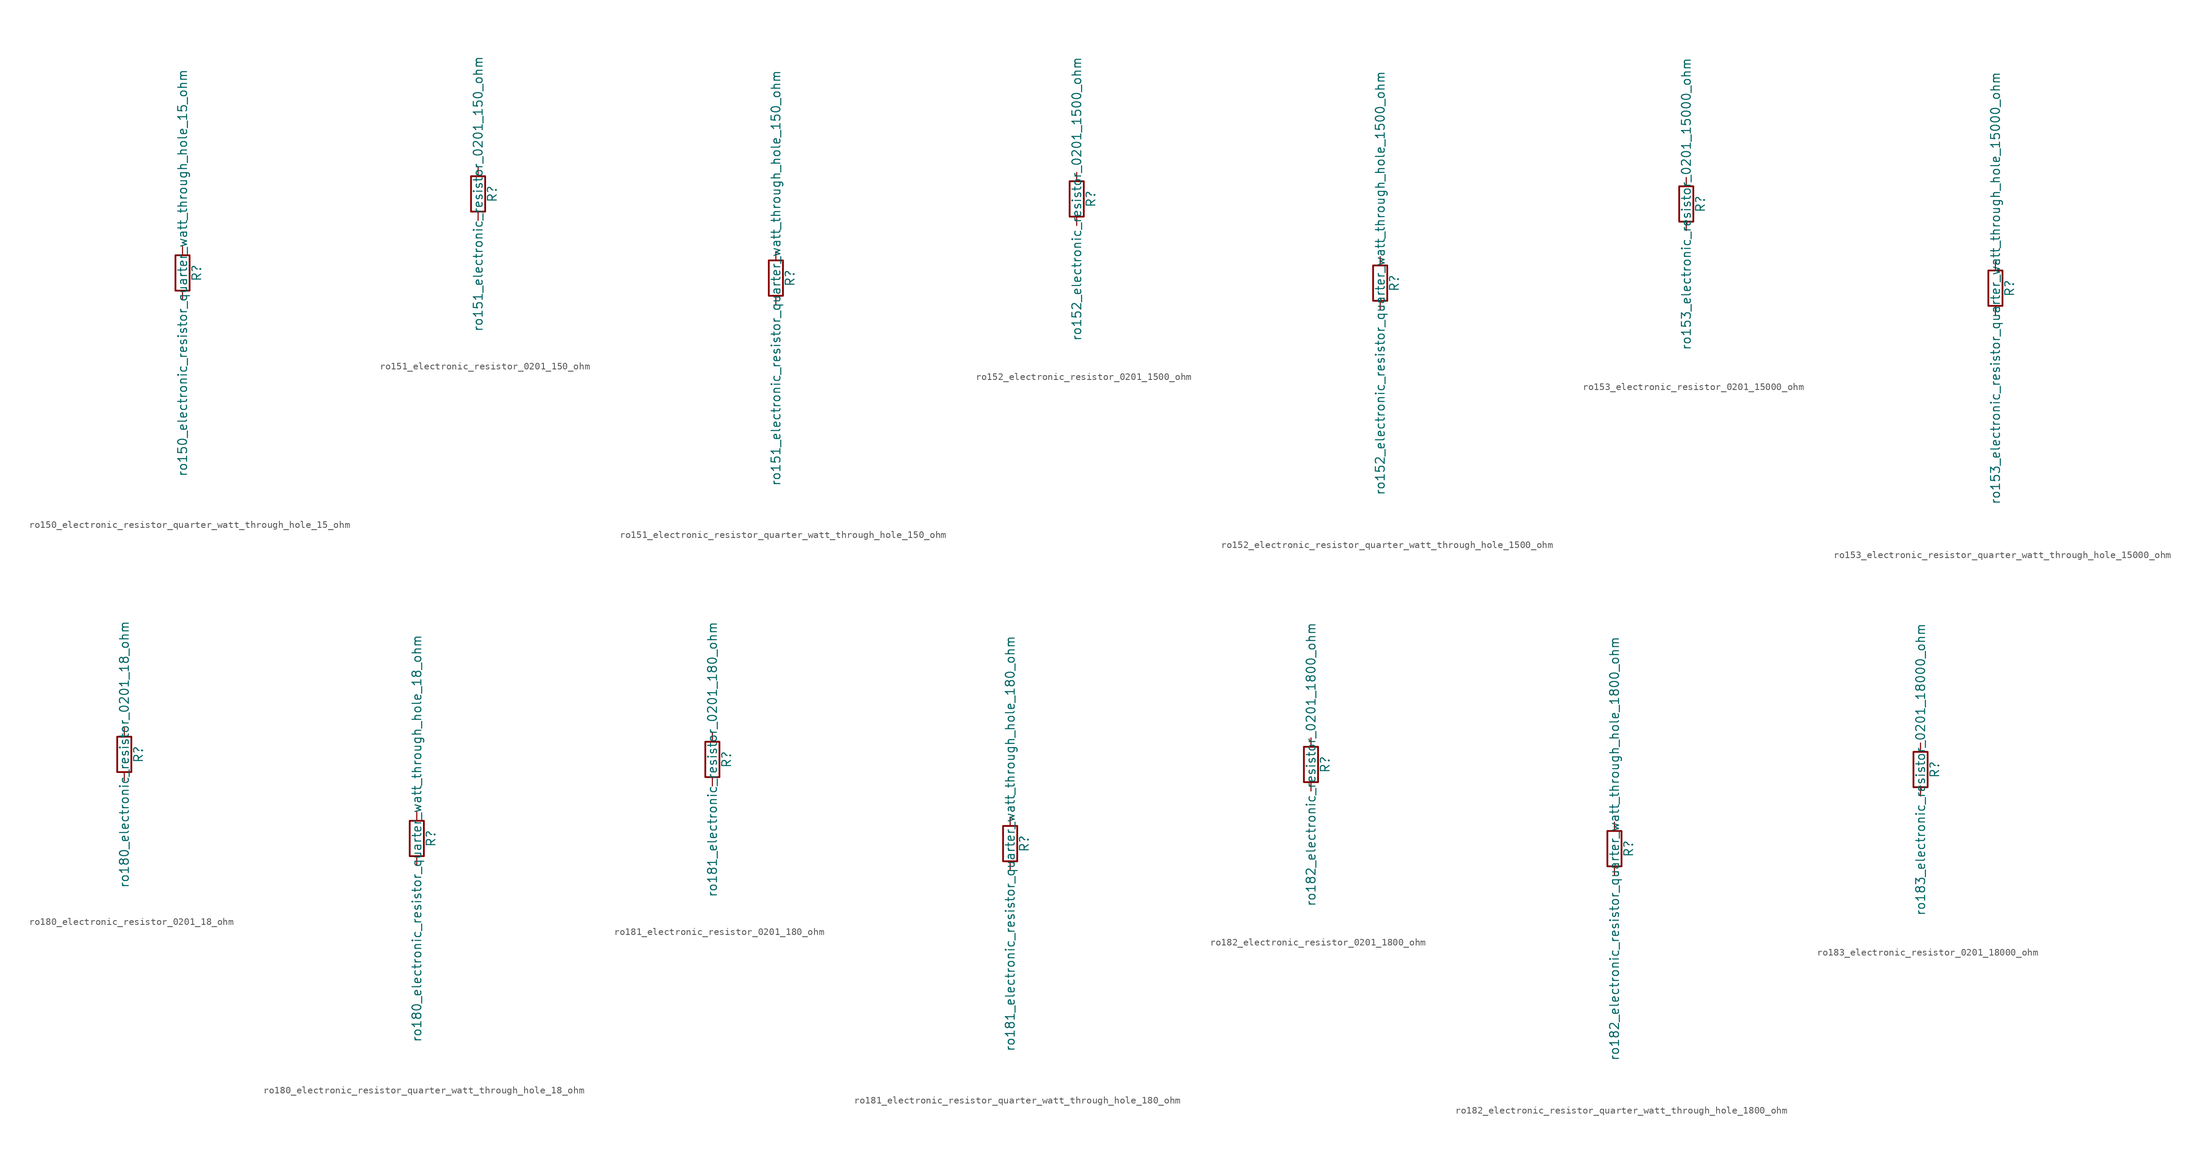
<source format=kicad_sym>
(kicad_symbol_lib
  (version 20220914)
  (generator kicad_symbol_editor)
  (symbol "ro150_electronic_resistor_quarter_watt_through_hole_15_ohm"
    (pin_numbers hide)
    (pin_names
      (offset 0))
    (property "Reference" "R"
      (at 2.032 0 90)
      (effects (font (size 1.27 1.27))))
    (property "Value" "ro150_electronic_resistor_quarter_watt_through_hole_15_ohm"
      (at 0 0 90)
      (effects (font (size 1.27 1.27))))
    (symbol "ro150_electronic_resistor_quarter_watt_through_hole_15_ohm_0_1"
      (rectangle (start -1.016 -2.54) (end 1.016 2.54) (stroke (width 0.254) (type default)) (fill (type none))))
    (symbol "ro150_electronic_resistor_quarter_watt_through_hole_15_ohm_1_1"
      (pin passive line (at 0 3.81 270) (length 1.27) (name "~" (effects (font (size 1.27 1.27)))) (number "1" (effects (font (size 1.27 1.27)))))
      (pin passive line (at 0 -3.81 90) (length 1.27) (name "~" (effects (font (size 1.27 1.27)))) (number "2" (effects (font (size 1.27 1.27)))))))
  (symbol "ro151_electronic_resistor_0201_150_ohm"
    (pin_numbers hide)
    (pin_names
      (offset 0))
    (property "Reference" "R"
      (at 2.032 0 90)
      (effects (font (size 1.27 1.27))))
    (property "Value" "ro151_electronic_resistor_0201_150_ohm"
      (at 0 0 90)
      (effects (font (size 1.27 1.27))))
    (symbol "ro151_electronic_resistor_0201_150_ohm_0_1"
      (rectangle (start -1.016 -2.54) (end 1.016 2.54) (stroke (width 0.254) (type default)) (fill (type none))))
    (symbol "ro151_electronic_resistor_0201_150_ohm_1_1"
      (pin passive line (at 0 3.81 270) (length 1.27) (name "~" (effects (font (size 1.27 1.27)))) (number "1" (effects (font (size 1.27 1.27)))))
      (pin passive line (at 0 -3.81 90) (length 1.27) (name "~" (effects (font (size 1.27 1.27)))) (number "2" (effects (font (size 1.27 1.27)))))))
  (symbol "ro151_electronic_resistor_quarter_watt_through_hole_150_ohm"
    (pin_numbers hide)
    (pin_names
      (offset 0))
    (property "Reference" "R"
      (at 2.032 0 90)
      (effects (font (size 1.27 1.27))))
    (property "Value" "ro151_electronic_resistor_quarter_watt_through_hole_150_ohm"
      (at 0 0 90)
      (effects (font (size 1.27 1.27))))
    (symbol "ro151_electronic_resistor_quarter_watt_through_hole_150_ohm_0_1"
      (rectangle (start -1.016 -2.54) (end 1.016 2.54) (stroke (width 0.254) (type default)) (fill (type none))))
    (symbol "ro151_electronic_resistor_quarter_watt_through_hole_150_ohm_1_1"
      (pin passive line (at 0 3.81 270) (length 1.27) (name "~" (effects (font (size 1.27 1.27)))) (number "1" (effects (font (size 1.27 1.27)))))
      (pin passive line (at 0 -3.81 90) (length 1.27) (name "~" (effects (font (size 1.27 1.27)))) (number "2" (effects (font (size 1.27 1.27)))))))
  (symbol "ro152_electronic_resistor_0201_1500_ohm"
    (pin_numbers hide)
    (pin_names
      (offset 0))
    (property "Reference" "R"
      (at 2.032 0 90)
      (effects (font (size 1.27 1.27))))
    (property "Value" "ro152_electronic_resistor_0201_1500_ohm"
      (at 0 0 90)
      (effects (font (size 1.27 1.27))))
    (symbol "ro152_electronic_resistor_0201_1500_ohm_0_1"
      (rectangle (start -1.016 -2.54) (end 1.016 2.54) (stroke (width 0.254) (type default)) (fill (type none))))
    (symbol "ro152_electronic_resistor_0201_1500_ohm_1_1"
      (pin passive line (at 0 3.81 270) (length 1.27) (name "~" (effects (font (size 1.27 1.27)))) (number "1" (effects (font (size 1.27 1.27)))))
      (pin passive line (at 0 -3.81 90) (length 1.27) (name "~" (effects (font (size 1.27 1.27)))) (number "2" (effects (font (size 1.27 1.27)))))))
  (symbol "ro152_electronic_resistor_quarter_watt_through_hole_1500_ohm"
    (pin_numbers hide)
    (pin_names
      (offset 0))
    (property "Reference" "R"
      (at 2.032 0 90)
      (effects (font (size 1.27 1.27))))
    (property "Value" "ro152_electronic_resistor_quarter_watt_through_hole_1500_ohm"
      (at 0 0 90)
      (effects (font (size 1.27 1.27))))
    (symbol "ro152_electronic_resistor_quarter_watt_through_hole_1500_ohm_0_1"
      (rectangle (start -1.016 -2.54) (end 1.016 2.54) (stroke (width 0.254) (type default)) (fill (type none))))
    (symbol "ro152_electronic_resistor_quarter_watt_through_hole_1500_ohm_1_1"
      (pin passive line (at 0 3.81 270) (length 1.27) (name "~" (effects (font (size 1.27 1.27)))) (number "1" (effects (font (size 1.27 1.27)))))
      (pin passive line (at 0 -3.81 90) (length 1.27) (name "~" (effects (font (size 1.27 1.27)))) (number "2" (effects (font (size 1.27 1.27)))))))
  (symbol "ro153_electronic_resistor_0201_15000_ohm"
    (pin_numbers hide)
    (pin_names
      (offset 0))
    (property "Reference" "R"
      (at 2.032 0 90)
      (effects (font (size 1.27 1.27))))
    (property "Value" "ro153_electronic_resistor_0201_15000_ohm"
      (at 0 0 90)
      (effects (font (size 1.27 1.27))))
    (symbol "ro153_electronic_resistor_0201_15000_ohm_0_1"
      (rectangle (start -1.016 -2.54) (end 1.016 2.54) (stroke (width 0.254) (type default)) (fill (type none))))
    (symbol "ro153_electronic_resistor_0201_15000_ohm_1_1"
      (pin passive line (at 0 3.81 270) (length 1.27) (name "~" (effects (font (size 1.27 1.27)))) (number "1" (effects (font (size 1.27 1.27)))))
      (pin passive line (at 0 -3.81 90) (length 1.27) (name "~" (effects (font (size 1.27 1.27)))) (number "2" (effects (font (size 1.27 1.27)))))))
  (symbol "ro153_electronic_resistor_quarter_watt_through_hole_15000_ohm"
    (pin_numbers hide)
    (pin_names
      (offset 0))
    (property "Reference" "R"
      (at 2.032 0 90)
      (effects (font (size 1.27 1.27))))
    (property "Value" "ro153_electronic_resistor_quarter_watt_through_hole_15000_ohm"
      (at 0 0 90)
      (effects (font (size 1.27 1.27))))
    (symbol "ro153_electronic_resistor_quarter_watt_through_hole_15000_ohm_0_1"
      (rectangle (start -1.016 -2.54) (end 1.016 2.54) (stroke (width 0.254) (type default)) (fill (type none))))
    (symbol "ro153_electronic_resistor_quarter_watt_through_hole_15000_ohm_1_1"
      (pin passive line (at 0 3.81 270) (length 1.27) (name "~" (effects (font (size 1.27 1.27)))) (number "1" (effects (font (size 1.27 1.27)))))
      (pin passive line (at 0 -3.81 90) (length 1.27) (name "~" (effects (font (size 1.27 1.27)))) (number "2" (effects (font (size 1.27 1.27)))))))
  (symbol "ro180_electronic_resistor_0201_18_ohm"
    (pin_numbers hide)
    (pin_names
      (offset 0))
    (property "Reference" "R"
      (at 2.032 0 90)
      (effects (font (size 1.27 1.27))))
    (property "Value" "ro180_electronic_resistor_0201_18_ohm"
      (at 0 0 90)
      (effects (font (size 1.27 1.27))))
    (symbol "ro180_electronic_resistor_0201_18_ohm_0_1"
      (rectangle (start -1.016 -2.54) (end 1.016 2.54) (stroke (width 0.254) (type default)) (fill (type none))))
    (symbol "ro180_electronic_resistor_0201_18_ohm_1_1"
      (pin passive line (at 0 3.81 270) (length 1.27) (name "~" (effects (font (size 1.27 1.27)))) (number "1" (effects (font (size 1.27 1.27)))))
      (pin passive line (at 0 -3.81 90) (length 1.27) (name "~" (effects (font (size 1.27 1.27)))) (number "2" (effects (font (size 1.27 1.27)))))))
  (symbol "ro180_electronic_resistor_quarter_watt_through_hole_18_ohm"
    (pin_numbers hide)
    (pin_names
      (offset 0))
    (property "Reference" "R"
      (at 2.032 0 90)
      (effects (font (size 1.27 1.27))))
    (property "Value" "ro180_electronic_resistor_quarter_watt_through_hole_18_ohm"
      (at 0 0 90)
      (effects (font (size 1.27 1.27))))
    (symbol "ro180_electronic_resistor_quarter_watt_through_hole_18_ohm_0_1"
      (rectangle (start -1.016 -2.54) (end 1.016 2.54) (stroke (width 0.254) (type default)) (fill (type none))))
    (symbol "ro180_electronic_resistor_quarter_watt_through_hole_18_ohm_1_1"
      (pin passive line (at 0 3.81 270) (length 1.27) (name "~" (effects (font (size 1.27 1.27)))) (number "1" (effects (font (size 1.27 1.27)))))
      (pin passive line (at 0 -3.81 90) (length 1.27) (name "~" (effects (font (size 1.27 1.27)))) (number "2" (effects (font (size 1.27 1.27)))))))
  (symbol "ro181_electronic_resistor_0201_180_ohm"
    (pin_numbers hide)
    (pin_names
      (offset 0))
    (property "Reference" "R"
      (at 2.032 0 90)
      (effects (font (size 1.27 1.27))))
    (property "Value" "ro181_electronic_resistor_0201_180_ohm"
      (at 0 0 90)
      (effects (font (size 1.27 1.27))))
    (symbol "ro181_electronic_resistor_0201_180_ohm_0_1"
      (rectangle (start -1.016 -2.54) (end 1.016 2.54) (stroke (width 0.254) (type default)) (fill (type none))))
    (symbol "ro181_electronic_resistor_0201_180_ohm_1_1"
      (pin passive line (at 0 3.81 270) (length 1.27) (name "~" (effects (font (size 1.27 1.27)))) (number "1" (effects (font (size 1.27 1.27)))))
      (pin passive line (at 0 -3.81 90) (length 1.27) (name "~" (effects (font (size 1.27 1.27)))) (number "2" (effects (font (size 1.27 1.27)))))))
  (symbol "ro181_electronic_resistor_quarter_watt_through_hole_180_ohm"
    (pin_numbers hide)
    (pin_names
      (offset 0))
    (property "Reference" "R"
      (at 2.032 0 90)
      (effects (font (size 1.27 1.27))))
    (property "Value" "ro181_electronic_resistor_quarter_watt_through_hole_180_ohm"
      (at 0 0 90)
      (effects (font (size 1.27 1.27))))
    (symbol "ro181_electronic_resistor_quarter_watt_through_hole_180_ohm_0_1"
      (rectangle (start -1.016 -2.54) (end 1.016 2.54) (stroke (width 0.254) (type default)) (fill (type none))))
    (symbol "ro181_electronic_resistor_quarter_watt_through_hole_180_ohm_1_1"
      (pin passive line (at 0 3.81 270) (length 1.27) (name "~" (effects (font (size 1.27 1.27)))) (number "1" (effects (font (size 1.27 1.27)))))
      (pin passive line (at 0 -3.81 90) (length 1.27) (name "~" (effects (font (size 1.27 1.27)))) (number "2" (effects (font (size 1.27 1.27)))))))
  (symbol "ro182_electronic_resistor_0201_1800_ohm"
    (pin_numbers hide)
    (pin_names
      (offset 0))
    (property "Reference" "R"
      (at 2.032 0 90)
      (effects (font (size 1.27 1.27))))
    (property "Value" "ro182_electronic_resistor_0201_1800_ohm"
      (at 0 0 90)
      (effects (font (size 1.27 1.27))))
    (symbol "ro182_electronic_resistor_0201_1800_ohm_0_1"
      (rectangle (start -1.016 -2.54) (end 1.016 2.54) (stroke (width 0.254) (type default)) (fill (type none))))
    (symbol "ro182_electronic_resistor_0201_1800_ohm_1_1"
      (pin passive line (at 0 3.81 270) (length 1.27) (name "~" (effects (font (size 1.27 1.27)))) (number "1" (effects (font (size 1.27 1.27)))))
      (pin passive line (at 0 -3.81 90) (length 1.27) (name "~" (effects (font (size 1.27 1.27)))) (number "2" (effects (font (size 1.27 1.27)))))))
  (symbol "ro182_electronic_resistor_quarter_watt_through_hole_1800_ohm"
    (pin_numbers hide)
    (pin_names
      (offset 0))
    (property "Reference" "R"
      (at 2.032 0 90)
      (effects (font (size 1.27 1.27))))
    (property "Value" "ro182_electronic_resistor_quarter_watt_through_hole_1800_ohm"
      (at 0 0 90)
      (effects (font (size 1.27 1.27))))
    (symbol "ro182_electronic_resistor_quarter_watt_through_hole_1800_ohm_0_1"
      (rectangle (start -1.016 -2.54) (end 1.016 2.54) (stroke (width 0.254) (type default)) (fill (type none))))
    (symbol "ro182_electronic_resistor_quarter_watt_through_hole_1800_ohm_1_1"
      (pin passive line (at 0 3.81 270) (length 1.27) (name "~" (effects (font (size 1.27 1.27)))) (number "1" (effects (font (size 1.27 1.27)))))
      (pin passive line (at 0 -3.81 90) (length 1.27) (name "~" (effects (font (size 1.27 1.27)))) (number "2" (effects (font (size 1.27 1.27)))))))
  (symbol "ro183_electronic_resistor_0201_18000_ohm"
    (pin_numbers hide)
    (pin_names
      (offset 0))
    (property "Reference" "R"
      (at 2.032 0 90)
      (effects (font (size 1.27 1.27))))
    (property "Value" "ro183_electronic_resistor_0201_18000_ohm"
      (at 0 0 90)
      (effects (font (size 1.27 1.27))))
    (symbol "ro183_electronic_resistor_0201_18000_ohm_0_1"
      (rectangle (start -1.016 -2.54) (end 1.016 2.54) (stroke (width 0.254) (type default)) (fill (type none))))
    (symbol "ro183_electronic_resistor_0201_18000_ohm_1_1"
      (pin passive line (at 0 3.81 270) (length 1.27) (name "~" (effects (font (size 1.27 1.27)))) (number "1" (effects (font (size 1.27 1.27)))))
      (pin passive line (at 0 -3.81 90) (length 1.27) (name "~" (effects (font (size 1.27 1.27)))) (number "2" (effects (font (size 1.27 1.27))))))))
</source>
